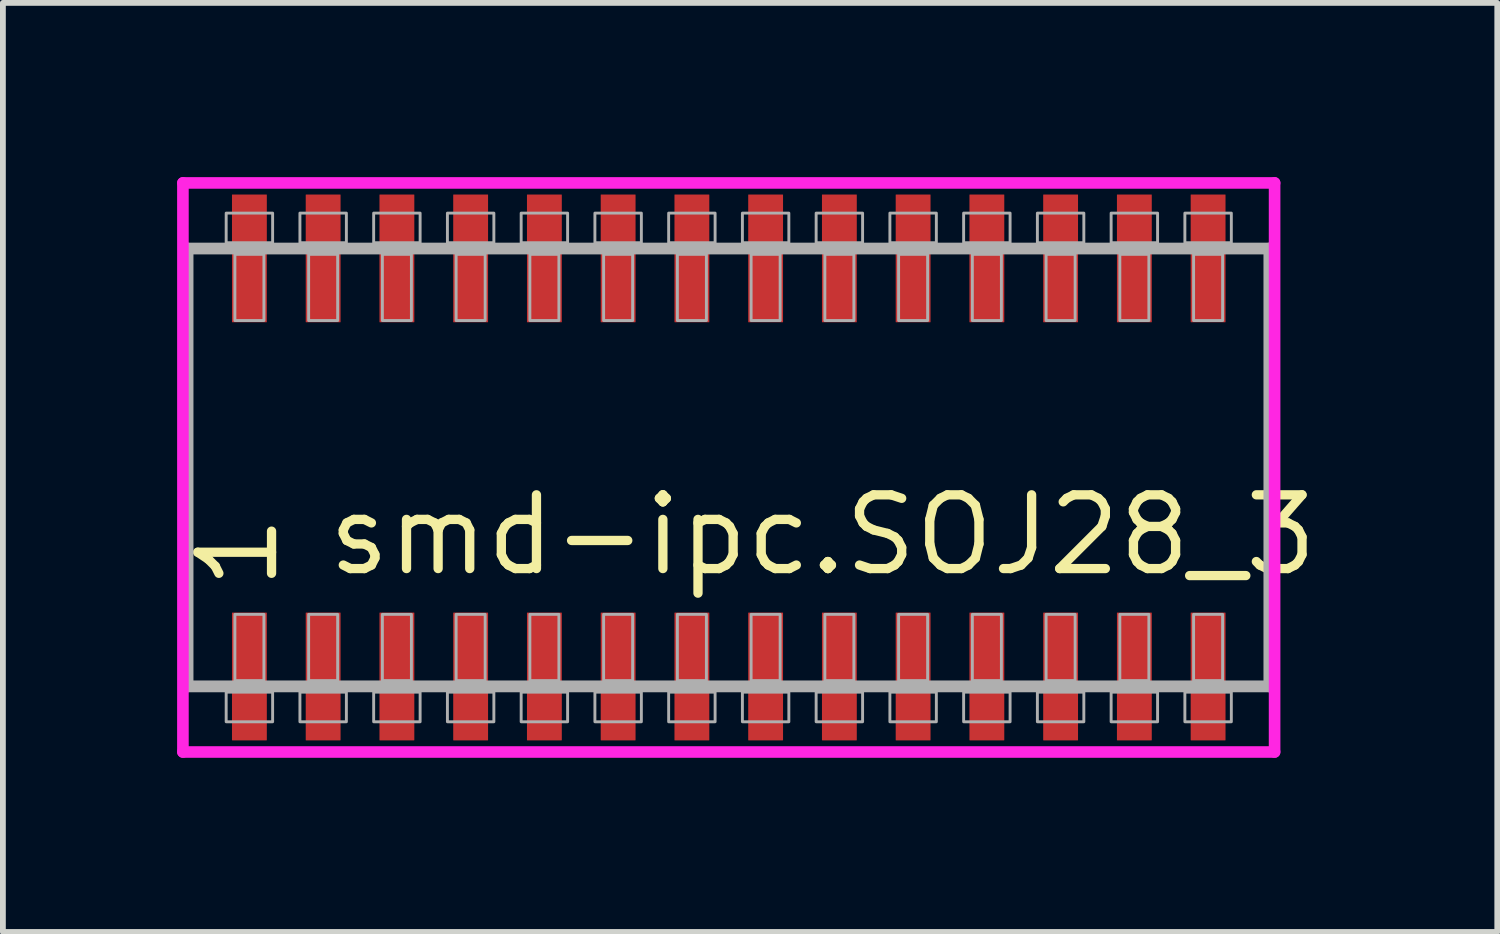
<source format=kicad_pcb>
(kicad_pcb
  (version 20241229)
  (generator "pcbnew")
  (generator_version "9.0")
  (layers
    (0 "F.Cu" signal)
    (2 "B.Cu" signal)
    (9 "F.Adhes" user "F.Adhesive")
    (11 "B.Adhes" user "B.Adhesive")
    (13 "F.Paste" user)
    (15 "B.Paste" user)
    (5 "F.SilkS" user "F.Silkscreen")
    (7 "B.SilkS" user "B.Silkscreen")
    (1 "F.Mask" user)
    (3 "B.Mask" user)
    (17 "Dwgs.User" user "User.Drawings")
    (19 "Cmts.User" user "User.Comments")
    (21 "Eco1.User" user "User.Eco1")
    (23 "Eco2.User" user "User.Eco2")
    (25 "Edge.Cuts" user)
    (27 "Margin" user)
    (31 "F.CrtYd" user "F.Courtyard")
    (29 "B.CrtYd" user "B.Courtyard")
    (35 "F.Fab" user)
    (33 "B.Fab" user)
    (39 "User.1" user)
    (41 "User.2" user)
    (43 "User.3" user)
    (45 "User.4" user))
  (footprint "smd-ipc.SOJ28_3"
    (layer "F.Cu")
    (at 9.5 5)
    (property "Reference" "smd-ipc.SOJ28_3" (at -6.985 1.905 0) (layer "F.SilkS") (effects (font (size 1.27 1.27) (thickness 0.16)) (justify left bottom)))
    (attr smd)
    (fp_line (start -9.4 -4.9) (end 9.4 -4.9) (stroke (width 0.2) (type default)) (layer "F.CrtYd"))
    (fp_line (start -9.4 4.9) (end -9.4 -4.9) (stroke (width 0.2) (type default)) (layer "F.CrtYd"))
    (fp_line (start 9.4 -4.9) (end 9.4 4.9) (stroke (width 0.2) (type default)) (layer "F.CrtYd"))
    (fp_line (start 9.4 4.9) (end -9.4 4.9) (stroke (width 0.2) (type default)) (layer "F.CrtYd"))
    (fp_line (start -9.32 -3.77) (end 9.31 -3.77) (stroke (width 0.203) (type default)) (layer "F.Fab"))
    (fp_line (start -9.32 3.77) (end -9.32 -3.77) (stroke (width 0.203) (type default)) (layer "F.Fab"))
    (fp_line (start 9.31 -3.77) (end 9.31 3.77) (stroke (width 0.203) (type default)) (layer "F.Fab"))
    (fp_line (start 9.31 3.77) (end -9.32 3.77) (stroke (width 0.203) (type default)) (layer "F.Fab"))
    (fp_rect (start -8.655 -3.87) (end -7.855 -4.38) (stroke (width 0.05) (type default)) (fill no) (layer "F.Fab"))
    (fp_rect (start -8.655 4.38) (end -7.855 3.87) (stroke (width 0.05) (type default)) (fill no) (layer "F.Fab"))
    (fp_rect (start -8.505 -2.53) (end -8.005 -3.67) (stroke (width 0.05) (type default)) (fill no) (layer "F.Fab"))
    (fp_rect (start -8.505 3.67) (end -8.005 2.53) (stroke (width 0.05) (type default)) (fill no) (layer "F.Fab"))
    (fp_rect (start -7.385 -3.87) (end -6.585 -4.38) (stroke (width 0.05) (type default)) (fill no) (layer "F.Fab"))
    (fp_rect (start -7.385 4.38) (end -6.585 3.87) (stroke (width 0.05) (type default)) (fill no) (layer "F.Fab"))
    (fp_rect (start -7.235 -2.53) (end -6.735 -3.67) (stroke (width 0.05) (type default)) (fill no) (layer "F.Fab"))
    (fp_rect (start -7.235 3.67) (end -6.735 2.53) (stroke (width 0.05) (type default)) (fill no) (layer "F.Fab"))
    (fp_rect (start -6.115 -3.87) (end -5.315 -4.38) (stroke (width 0.05) (type default)) (fill no) (layer "F.Fab"))
    (fp_rect (start -6.115 4.38) (end -5.315 3.87) (stroke (width 0.05) (type default)) (fill no) (layer "F.Fab"))
    (fp_rect (start -5.965 -2.53) (end -5.465 -3.67) (stroke (width 0.05) (type default)) (fill no) (layer "F.Fab"))
    (fp_rect (start -5.965 3.67) (end -5.465 2.53) (stroke (width 0.05) (type default)) (fill no) (layer "F.Fab"))
    (fp_rect (start -4.845 -3.87) (end -4.045 -4.38) (stroke (width 0.05) (type default)) (fill no) (layer "F.Fab"))
    (fp_rect (start -4.845 4.38) (end -4.045 3.87) (stroke (width 0.05) (type default)) (fill no) (layer "F.Fab"))
    (fp_rect (start -4.695 -2.53) (end -4.195 -3.67) (stroke (width 0.05) (type default)) (fill no) (layer "F.Fab"))
    (fp_rect (start -4.695 3.67) (end -4.195 2.53) (stroke (width 0.05) (type default)) (fill no) (layer "F.Fab"))
    (fp_rect (start -3.575 -3.87) (end -2.775 -4.38) (stroke (width 0.05) (type default)) (fill no) (layer "F.Fab"))
    (fp_rect (start -3.575 4.38) (end -2.775 3.87) (stroke (width 0.05) (type default)) (fill no) (layer "F.Fab"))
    (fp_rect (start -3.425 -2.53) (end -2.925 -3.67) (stroke (width 0.05) (type default)) (fill no) (layer "F.Fab"))
    (fp_rect (start -3.425 3.67) (end -2.925 2.53) (stroke (width 0.05) (type default)) (fill no) (layer "F.Fab"))
    (fp_rect (start -2.305 -3.87) (end -1.505 -4.38) (stroke (width 0.05) (type default)) (fill no) (layer "F.Fab"))
    (fp_rect (start -2.305 4.38) (end -1.505 3.87) (stroke (width 0.05) (type default)) (fill no) (layer "F.Fab"))
    (fp_rect (start -2.155 -2.53) (end -1.655 -3.67) (stroke (width 0.05) (type default)) (fill no) (layer "F.Fab"))
    (fp_rect (start -2.155 3.67) (end -1.655 2.53) (stroke (width 0.05) (type default)) (fill no) (layer "F.Fab"))
    (fp_rect (start -1.035 -3.87) (end -0.235 -4.38) (stroke (width 0.05) (type default)) (fill no) (layer "F.Fab"))
    (fp_rect (start -1.035 4.38) (end -0.235 3.87) (stroke (width 0.05) (type default)) (fill no) (layer "F.Fab"))
    (fp_rect (start -0.885 -2.53) (end -0.385 -3.67) (stroke (width 0.05) (type default)) (fill no) (layer "F.Fab"))
    (fp_rect (start -0.885 3.67) (end -0.385 2.53) (stroke (width 0.05) (type default)) (fill no) (layer "F.Fab"))
    (fp_rect (start 0.235 -3.87) (end 1.035 -4.38) (stroke (width 0.05) (type default)) (fill no) (layer "F.Fab"))
    (fp_rect (start 0.235 4.38) (end 1.035 3.87) (stroke (width 0.05) (type default)) (fill no) (layer "F.Fab"))
    (fp_rect (start 0.385 -2.53) (end 0.885 -3.67) (stroke (width 0.05) (type default)) (fill no) (layer "F.Fab"))
    (fp_rect (start 0.385 3.67) (end 0.885 2.53) (stroke (width 0.05) (type default)) (fill no) (layer "F.Fab"))
    (fp_rect (start 1.505 -3.87) (end 2.305 -4.38) (stroke (width 0.05) (type default)) (fill no) (layer "F.Fab"))
    (fp_rect (start 1.505 4.38) (end 2.305 3.87) (stroke (width 0.05) (type default)) (fill no) (layer "F.Fab"))
    (fp_rect (start 1.655 -2.53) (end 2.155 -3.67) (stroke (width 0.05) (type default)) (fill no) (layer "F.Fab"))
    (fp_rect (start 1.655 3.67) (end 2.155 2.53) (stroke (width 0.05) (type default)) (fill no) (layer "F.Fab"))
    (fp_rect (start 2.775 -3.87) (end 3.575 -4.38) (stroke (width 0.05) (type default)) (fill no) (layer "F.Fab"))
    (fp_rect (start 2.775 4.38) (end 3.575 3.87) (stroke (width 0.05) (type default)) (fill no) (layer "F.Fab"))
    (fp_rect (start 2.925 -2.53) (end 3.425 -3.67) (stroke (width 0.05) (type default)) (fill no) (layer "F.Fab"))
    (fp_rect (start 2.925 3.67) (end 3.425 2.53) (stroke (width 0.05) (type default)) (fill no) (layer "F.Fab"))
    (fp_rect (start 4.045 -3.87) (end 4.845 -4.38) (stroke (width 0.05) (type default)) (fill no) (layer "F.Fab"))
    (fp_rect (start 4.045 4.38) (end 4.845 3.87) (stroke (width 0.05) (type default)) (fill no) (layer "F.Fab"))
    (fp_rect (start 4.195 -2.53) (end 4.695 -3.67) (stroke (width 0.05) (type default)) (fill no) (layer "F.Fab"))
    (fp_rect (start 4.195 3.67) (end 4.695 2.53) (stroke (width 0.05) (type default)) (fill no) (layer "F.Fab"))
    (fp_rect (start 5.315 -3.87) (end 6.115 -4.38) (stroke (width 0.05) (type default)) (fill no) (layer "F.Fab"))
    (fp_rect (start 5.315 4.38) (end 6.115 3.87) (stroke (width 0.05) (type default)) (fill no) (layer "F.Fab"))
    (fp_rect (start 5.465 -2.53) (end 5.965 -3.67) (stroke (width 0.05) (type default)) (fill no) (layer "F.Fab"))
    (fp_rect (start 5.465 3.67) (end 5.965 2.53) (stroke (width 0.05) (type default)) (fill no) (layer "F.Fab"))
    (fp_rect (start 6.585 -3.87) (end 7.385 -4.38) (stroke (width 0.05) (type default)) (fill no) (layer "F.Fab"))
    (fp_rect (start 6.585 4.38) (end 7.385 3.87) (stroke (width 0.05) (type default)) (fill no) (layer "F.Fab"))
    (fp_rect (start 6.735 -2.53) (end 7.235 -3.67) (stroke (width 0.05) (type default)) (fill no) (layer "F.Fab"))
    (fp_rect (start 6.735 3.67) (end 7.235 2.53) (stroke (width 0.05) (type default)) (fill no) (layer "F.Fab"))
    (fp_rect (start 7.855 -3.87) (end 8.655 -4.38) (stroke (width 0.05) (type default)) (fill no) (layer "F.Fab"))
    (fp_rect (start 7.855 4.38) (end 8.655 3.87) (stroke (width 0.05) (type default)) (fill no) (layer "F.Fab"))
    (fp_rect (start 8.005 -2.53) (end 8.505 -3.67) (stroke (width 0.05) (type default)) (fill no) (layer "F.Fab"))
    (fp_rect (start 8.005 3.67) (end 8.505 2.53) (stroke (width 0.05) (type default)) (fill no) (layer "F.Fab"))
    (fp_text user "1" (at -7.71 2.17 90) (layer "F.SilkS") (effects (font (size 1.27 1.27) (thickness 0.16)) (justify left bottom)))
    (pad "1" smd roundrect (at -8.255 3.6) (size 0.6 2.2) (layers "F.Cu" "F.Mask" "F.Paste") (roundrect_rratio 0.01))
    (pad "2" smd roundrect (at -6.985 3.6) (size 0.6 2.2) (layers "F.Cu" "F.Mask" "F.Paste") (roundrect_rratio 0.01))
    (pad "3" smd roundrect (at -5.715 3.6) (size 0.6 2.2) (layers "F.Cu" "F.Mask" "F.Paste") (roundrect_rratio 0.01))
    (pad "4" smd roundrect (at -4.445 3.6) (size 0.6 2.2) (layers "F.Cu" "F.Mask" "F.Paste") (roundrect_rratio 0.01))
    (pad "5" smd roundrect (at -3.175 3.6) (size 0.6 2.2) (layers "F.Cu" "F.Mask" "F.Paste") (roundrect_rratio 0.01))
    (pad "6" smd roundrect (at -1.905 3.6) (size 0.6 2.2) (layers "F.Cu" "F.Mask" "F.Paste") (roundrect_rratio 0.01))
    (pad "7" smd roundrect (at -0.635 3.6) (size 0.6 2.2) (layers "F.Cu" "F.Mask" "F.Paste") (roundrect_rratio 0.01))
    (pad "8" smd roundrect (at 0.635 3.6) (size 0.6 2.2) (layers "F.Cu" "F.Mask" "F.Paste") (roundrect_rratio 0.01))
    (pad "9" smd roundrect (at 1.905 3.6) (size 0.6 2.2) (layers "F.Cu" "F.Mask" "F.Paste") (roundrect_rratio 0.01))
    (pad "10" smd roundrect (at 3.175 3.6) (size 0.6 2.2) (layers "F.Cu" "F.Mask" "F.Paste") (roundrect_rratio 0.01))
    (pad "11" smd roundrect (at 4.445 3.6) (size 0.6 2.2) (layers "F.Cu" "F.Mask" "F.Paste") (roundrect_rratio 0.01))
    (pad "12" smd roundrect (at 5.715 3.6) (size 0.6 2.2) (layers "F.Cu" "F.Mask" "F.Paste") (roundrect_rratio 0.01))
    (pad "13" smd roundrect (at 6.985 3.6) (size 0.6 2.2) (layers "F.Cu" "F.Mask" "F.Paste") (roundrect_rratio 0.01))
    (pad "14" smd roundrect (at 8.255 3.6) (size 0.6 2.2) (layers "F.Cu" "F.Mask" "F.Paste") (roundrect_rratio 0.01))
    (pad "15" smd roundrect (at 8.255 -3.6) (size 0.6 2.2) (layers "F.Cu" "F.Mask" "F.Paste") (roundrect_rratio 0.01))
    (pad "16" smd roundrect (at 6.985 -3.6) (size 0.6 2.2) (layers "F.Cu" "F.Mask" "F.Paste") (roundrect_rratio 0.01))
    (pad "17" smd roundrect (at 5.715 -3.6) (size 0.6 2.2) (layers "F.Cu" "F.Mask" "F.Paste") (roundrect_rratio 0.01))
    (pad "18" smd roundrect (at 4.445 -3.6) (size 0.6 2.2) (layers "F.Cu" "F.Mask" "F.Paste") (roundrect_rratio 0.01))
    (pad "19" smd roundrect (at 3.175 -3.6) (size 0.6 2.2) (layers "F.Cu" "F.Mask" "F.Paste") (roundrect_rratio 0.01))
    (pad "20" smd roundrect (at 1.905 -3.6) (size 0.6 2.2) (layers "F.Cu" "F.Mask" "F.Paste") (roundrect_rratio 0.01))
    (pad "21" smd roundrect (at 0.635 -3.6) (size 0.6 2.2) (layers "F.Cu" "F.Mask" "F.Paste") (roundrect_rratio 0.01))
    (pad "22" smd roundrect (at -0.635 -3.6) (size 0.6 2.2) (layers "F.Cu" "F.Mask" "F.Paste") (roundrect_rratio 0.01))
    (pad "23" smd roundrect (at -1.905 -3.6) (size 0.6 2.2) (layers "F.Cu" "F.Mask" "F.Paste") (roundrect_rratio 0.01))
    (pad "24" smd roundrect (at -3.175 -3.6) (size 0.6 2.2) (layers "F.Cu" "F.Mask" "F.Paste") (roundrect_rratio 0.01))
    (pad "25" smd roundrect (at -4.445 -3.6) (size 0.6 2.2) (layers "F.Cu" "F.Mask" "F.Paste") (roundrect_rratio 0.01))
    (pad "26" smd roundrect (at -5.715 -3.6) (size 0.6 2.2) (layers "F.Cu" "F.Mask" "F.Paste") (roundrect_rratio 0.01))
    (pad "27" smd roundrect (at -6.985 -3.6) (size 0.6 2.2) (layers "F.Cu" "F.Mask" "F.Paste") (roundrect_rratio 0.01))
    (pad "28" smd roundrect (at -8.255 -3.6) (size 0.6 2.2) (layers "F.Cu" "F.Mask" "F.Paste") (roundrect_rratio 0.01)))
  (gr_rect
    (start -3 -3)
    (end 22.735 13)
    (stroke (width 0.1) (type default))
    (fill no)
    (layer "Edge.Cuts")))
</source>
